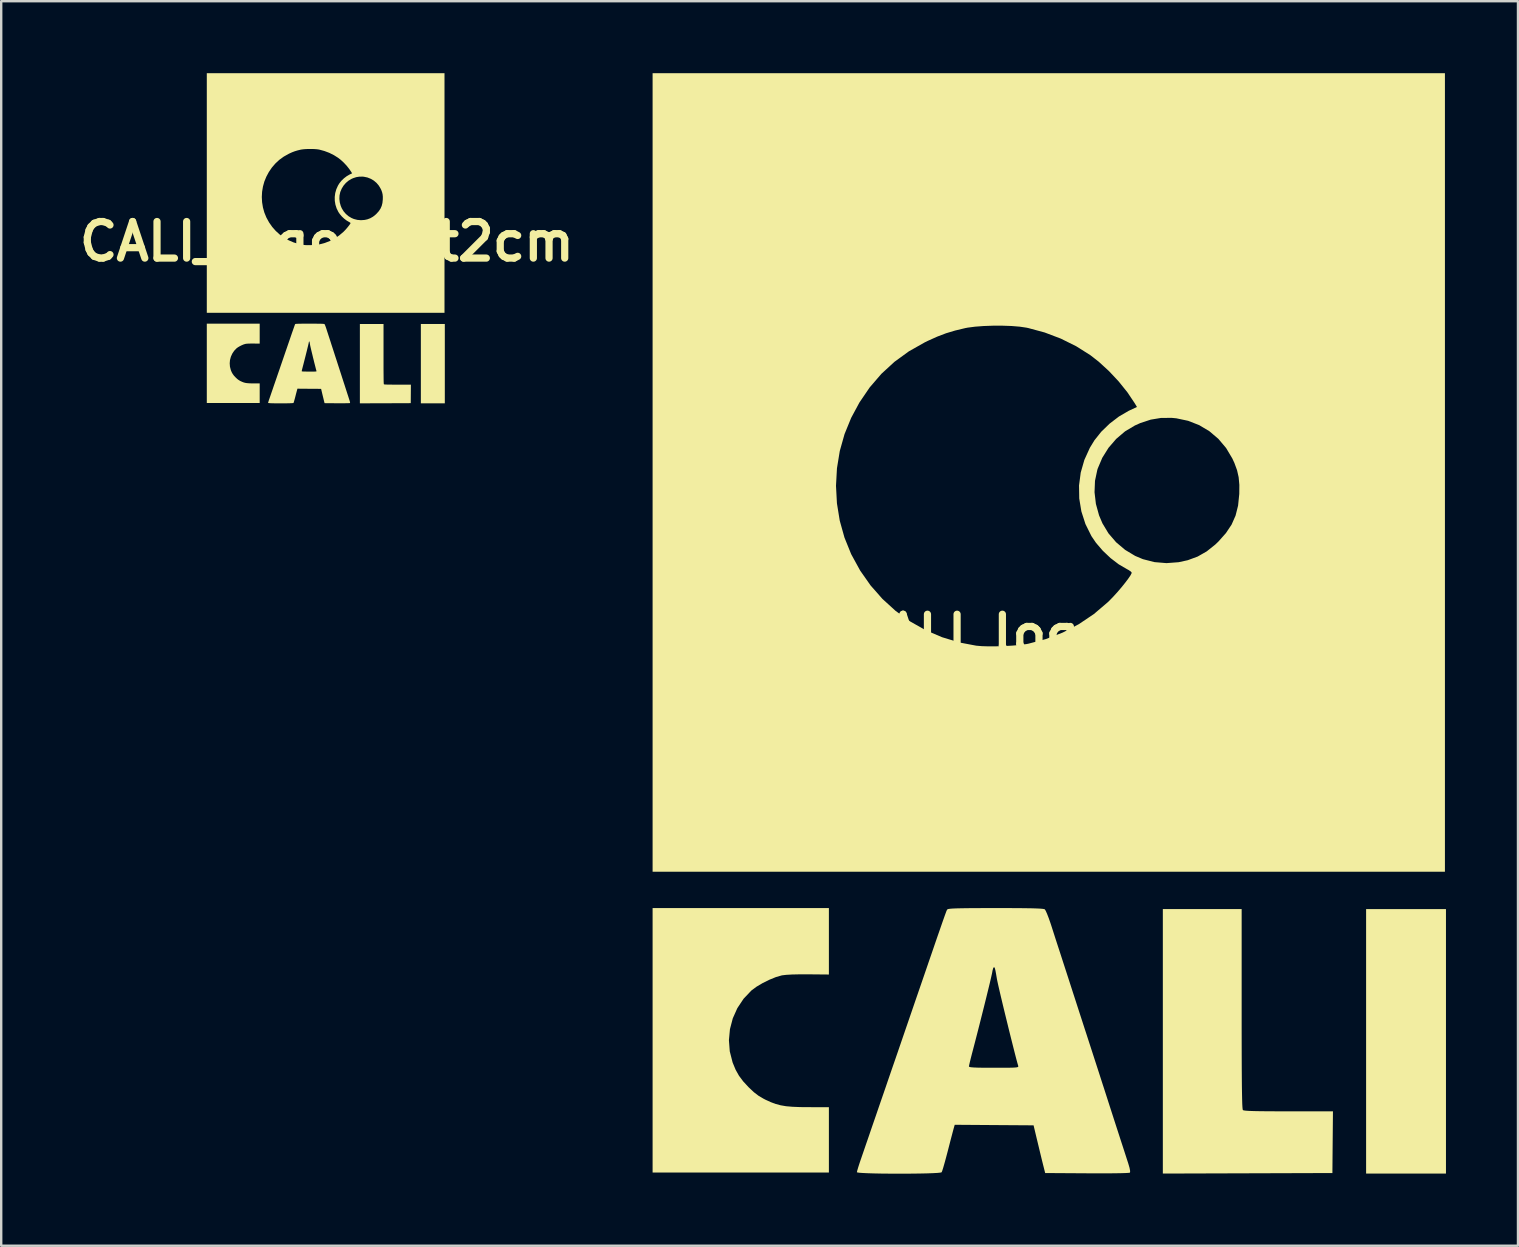
<source format=kicad_pcb>
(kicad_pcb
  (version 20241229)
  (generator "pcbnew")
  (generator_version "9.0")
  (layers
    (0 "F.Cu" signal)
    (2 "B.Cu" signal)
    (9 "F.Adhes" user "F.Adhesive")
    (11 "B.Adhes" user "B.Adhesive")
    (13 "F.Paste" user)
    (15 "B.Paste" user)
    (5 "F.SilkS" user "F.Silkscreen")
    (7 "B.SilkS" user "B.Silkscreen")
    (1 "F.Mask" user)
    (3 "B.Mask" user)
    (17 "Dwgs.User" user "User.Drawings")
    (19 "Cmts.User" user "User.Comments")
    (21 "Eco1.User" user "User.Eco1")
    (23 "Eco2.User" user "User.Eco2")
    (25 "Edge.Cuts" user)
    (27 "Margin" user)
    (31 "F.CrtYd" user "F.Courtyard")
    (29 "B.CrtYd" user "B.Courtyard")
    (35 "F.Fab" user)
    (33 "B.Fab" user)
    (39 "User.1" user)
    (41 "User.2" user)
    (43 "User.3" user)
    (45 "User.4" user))
  (footprint "CALI_logo_1pt2cm"
    (layer "F.Cu")
    (at 10.566 7.011)
    (property "Reference" "CALI_logo_1pt2cm" (at 0 0 0) (layer "F.SilkS") (effects (font (size 1.524 1.524) (thickness 0.3))))
    (attr board_only exclude_from_pos_files exclude_from_bom)
    (fp_poly (pts (xy 4.912 6.739) (xy 3.914 6.739) (xy 3.914 3.434) (xy 4.912 3.434)) (stroke (width 0) (type solid)) (fill yes) (layer "F.SilkS"))
    (fp_poly (pts (xy 2.359 4.682) (xy 2.359 4.902) (xy 2.359 5.096) (xy 2.359 5.268) (xy 2.36 5.416) (xy 2.361 5.544) (xy 2.362 5.652) (xy 2.363 5.741) (xy 2.364 5.812) (xy 2.366 5.867) (xy 2.368 5.906) (xy 2.371 5.932) (xy 2.373 5.944) (xy 2.374 5.946) (xy 2.385 5.95) (xy 2.411 5.953) (xy 2.452 5.956) (xy 2.512 5.958) (xy 2.59 5.959) (xy 2.69 5.96) (xy 2.813 5.961) (xy 2.945 5.961) (xy 3.499 5.961) (xy 3.496 6.347) (xy 3.493 6.732) (xy 2.433 6.736) (xy 1.374 6.739) (xy 1.374 3.434) (xy 2.359 3.434)) (stroke (width 0) (type solid)) (fill yes) (layer "F.SilkS"))
    (fp_poly (pts (xy -2.799 4.252) (xy -3.055 4.249) (xy -3.164 4.249) (xy -3.257 4.251) (xy -3.331 4.255) (xy -3.383 4.261) (xy -3.389 4.263) (xy -3.461 4.283) (xy -3.543 4.317) (xy -3.627 4.359) (xy -3.704 4.404) (xy -3.765 4.449) (xy -3.768 4.452) (xy -3.866 4.555) (xy -3.943 4.672) (xy -4 4.799) (xy -4.036 4.934) (xy -4.048 5.072) (xy -4.038 5.211) (xy -4.003 5.348) (xy -4.001 5.355) (xy -3.965 5.442) (xy -3.923 5.516) (xy -3.87 5.588) (xy -3.799 5.663) (xy -3.798 5.664) (xy -3.736 5.722) (xy -3.679 5.766) (xy -3.616 5.804) (xy -3.59 5.817) (xy -3.525 5.846) (xy -3.465 5.869) (xy -3.402 5.886) (xy -3.334 5.897) (xy -3.254 5.904) (xy -3.158 5.908) (xy -3.049 5.909) (xy -2.799 5.909) (xy -2.799 6.726) (xy -5.002 6.726) (xy -5.002 3.421) (xy -2.799 3.421)) (stroke (width 0) (type solid)) (fill yes) (layer "F.SilkS"))
    (fp_poly (pts (xy 4.899 2.968) (xy -5.002 2.968) (xy -5.002 -1.856) (xy -2.711 -1.856) (xy -2.699 -1.637) (xy -2.664 -1.42) (xy -2.605 -1.208) (xy -2.522 -1.005) (xy -2.519 -0.998) (xy -2.408 -0.796) (xy -2.278 -0.61) (xy -2.13 -0.442) (xy -1.965 -0.292) (xy -1.785 -0.161) (xy -1.591 -0.052) (xy -1.385 0.037) (xy -1.168 0.102) (xy -0.959 0.142) (xy -0.891 0.148) (xy -0.805 0.151) (xy -0.707 0.15) (xy -0.603 0.147) (xy -0.502 0.141) (xy -0.409 0.133) (xy -0.332 0.123) (xy -0.31 0.118) (xy -0.089 0.06) (xy 0.123 -0.022) (xy 0.324 -0.126) (xy 0.511 -0.253) (xy 0.684 -0.399) (xy 0.707 -0.421) (xy 0.756 -0.472) (xy 0.807 -0.528) (xy 0.857 -0.587) (xy 0.902 -0.643) (xy 0.941 -0.694) (xy 0.969 -0.735) (xy 0.984 -0.763) (xy 0.985 -0.77) (xy 0.974 -0.784) (xy 0.947 -0.803) (xy 0.923 -0.815) (xy 0.822 -0.875) (xy 0.72 -0.953) (xy 0.623 -1.044) (xy 0.539 -1.143) (xy 0.481 -1.227) (xy 0.406 -1.378) (xy 0.356 -1.535) (xy 0.329 -1.696) (xy 0.328 -1.775) (xy 0.52 -1.775) (xy 0.537 -1.629) (xy 0.577 -1.486) (xy 0.619 -1.387) (xy 0.694 -1.262) (xy 0.79 -1.15) (xy 0.902 -1.055) (xy 1.028 -0.98) (xy 1.125 -0.939) (xy 1.269 -0.902) (xy 1.419 -0.889) (xy 1.571 -0.9) (xy 1.685 -0.925) (xy 1.808 -0.971) (xy 1.922 -1.036) (xy 2.029 -1.122) (xy 2.068 -1.159) (xy 2.162 -1.264) (xy 2.233 -1.371) (xy 2.283 -1.484) (xy 2.314 -1.608) (xy 2.328 -1.748) (xy 2.329 -1.756) (xy 2.33 -1.867) (xy 2.321 -1.962) (xy 2.301 -2.05) (xy 2.269 -2.139) (xy 2.242 -2.197) (xy 2.164 -2.328) (xy 2.068 -2.442) (xy 1.955 -2.538) (xy 1.828 -2.613) (xy 1.69 -2.668) (xy 1.542 -2.699) (xy 1.487 -2.704) (xy 1.352 -2.703) (xy 1.222 -2.682) (xy 1.092 -2.639) (xy 1.024 -2.609) (xy 0.902 -2.536) (xy 0.791 -2.442) (xy 0.695 -2.331) (xy 0.617 -2.205) (xy 0.56 -2.07) (xy 0.555 -2.055) (xy 0.526 -1.918) (xy 0.52 -1.775) (xy 0.328 -1.775) (xy 0.327 -1.859) (xy 0.348 -2.021) (xy 0.393 -2.179) (xy 0.462 -2.331) (xy 0.519 -2.424) (xy 0.604 -2.531) (xy 0.709 -2.632) (xy 0.825 -2.721) (xy 0.948 -2.793) (xy 0.964 -2.8) (xy 1.05 -2.841) (xy 1.022 -2.888) (xy 0.931 -3.023) (xy 0.822 -3.16) (xy 0.7 -3.29) (xy 0.572 -3.407) (xy 0.466 -3.489) (xy 0.29 -3.6) (xy 0.099 -3.695) (xy -0.103 -3.771) (xy -0.308 -3.827) (xy -0.331 -3.832) (xy -0.414 -3.844) (xy -0.516 -3.852) (xy -0.63 -3.856) (xy -0.748 -3.856) (xy -0.865 -3.852) (xy -0.973 -3.844) (xy -1.065 -3.832) (xy -1.096 -3.826) (xy -1.223 -3.795) (xy -1.336 -3.761) (xy -1.445 -3.72) (xy -1.562 -3.667) (xy -1.6 -3.648) (xy -1.799 -3.536) (xy -1.98 -3.405) (xy -2.143 -3.254) (xy -2.289 -3.085) (xy -2.418 -2.896) (xy -2.521 -2.704) (xy -2.604 -2.502) (xy -2.663 -2.291) (xy -2.699 -2.075) (xy -2.711 -1.856) (xy -5.002 -1.856) (xy -5.002 -7.011) (xy 4.899 -7.011)) (stroke (width 0) (type solid)) (fill yes) (layer "F.SilkS"))
    (fp_poly (pts (xy -0.566 3.421) (xy -0.442 3.422) (xy -0.341 3.423) (xy -0.26 3.424) (xy -0.198 3.426) (xy -0.152 3.429) (xy -0.122 3.432) (xy -0.105 3.435) (xy -0.101 3.437) (xy -0.09 3.455) (xy -0.073 3.493) (xy -0.053 3.545) (xy -0.031 3.609) (xy -0.02 3.642) (xy 0.004 3.717) (xy 0.034 3.809) (xy 0.066 3.908) (xy 0.099 4.008) (xy 0.123 4.082) (xy 0.154 4.177) (xy 0.187 4.282) (xy 0.221 4.386) (xy 0.252 4.481) (xy 0.272 4.542) (xy 0.299 4.625) (xy 0.33 4.723) (xy 0.364 4.828) (xy 0.398 4.931) (xy 0.421 5.002) (xy 0.447 5.083) (xy 0.479 5.182) (xy 0.515 5.293) (xy 0.553 5.411) (xy 0.591 5.528) (xy 0.627 5.64) (xy 0.628 5.644) (xy 0.664 5.754) (xy 0.701 5.87) (xy 0.739 5.985) (xy 0.774 6.094) (xy 0.805 6.19) (xy 0.83 6.268) (xy 0.831 6.272) (xy 0.858 6.355) (xy 0.885 6.437) (xy 0.909 6.512) (xy 0.929 6.575) (xy 0.942 6.614) (xy 0.958 6.668) (xy 0.965 6.707) (xy 0.963 6.727) (xy 0.963 6.727) (xy 0.947 6.73) (xy 0.908 6.732) (xy 0.847 6.734) (xy 0.767 6.735) (xy 0.67 6.736) (xy 0.557 6.736) (xy 0.432 6.736) (xy 0.427 6.736) (xy -0.097 6.732) (xy -0.126 6.616) (xy -0.14 6.557) (xy -0.158 6.483) (xy -0.178 6.402) (xy -0.197 6.323) (xy -0.198 6.318) (xy -0.241 6.136) (xy -0.734 6.133) (xy -1.227 6.129) (xy -1.241 6.178) (xy -1.248 6.206) (xy -1.261 6.254) (xy -1.278 6.317) (xy -1.297 6.391) (xy -1.316 6.467) (xy -1.336 6.543) (xy -1.355 6.61) (xy -1.371 6.666) (xy -1.383 6.704) (xy -1.39 6.722) (xy -1.39 6.723) (xy -1.406 6.727) (xy -1.444 6.731) (xy -1.501 6.734) (xy -1.573 6.736) (xy -1.657 6.738) (xy -1.751 6.74) (xy -1.85 6.74) (xy -1.951 6.74) (xy -2.051 6.74) (xy -2.147 6.739) (xy -2.235 6.737) (xy -2.313 6.735) (xy -2.376 6.732) (xy -2.421 6.728) (xy -2.446 6.724) (xy -2.449 6.722) (xy -2.445 6.703) (xy -2.434 6.666) (xy -2.419 6.616) (xy -2.405 6.576) (xy -2.375 6.49) (xy -2.339 6.385) (xy -2.299 6.267) (xy -2.256 6.144) (xy -2.214 6.019) (xy -2.173 5.901) (xy -2.14 5.806) (xy -2.119 5.745) (xy -2.091 5.664) (xy -2.059 5.569) (xy -2.023 5.465) (xy -2.001 5.401) (xy -1.049 5.401) (xy -1.044 5.406) (xy -1.025 5.41) (xy -0.99 5.413) (xy -0.938 5.415) (xy -0.865 5.416) (xy -0.769 5.417) (xy -0.738 5.417) (xy -0.64 5.417) (xy -0.565 5.417) (xy -0.511 5.416) (xy -0.473 5.414) (xy -0.449 5.411) (xy -0.437 5.407) (xy -0.433 5.401) (xy -0.433 5.394) (xy -0.434 5.391) (xy -0.444 5.357) (xy -0.459 5.302) (xy -0.477 5.23) (xy -0.499 5.143) (xy -0.524 5.047) (xy -0.549 4.943) (xy -0.576 4.836) (xy -0.601 4.73) (xy -0.626 4.628) (xy -0.649 4.534) (xy -0.668 4.451) (xy -0.684 4.383) (xy -0.695 4.333) (xy -0.699 4.309) (xy -0.71 4.245) (xy -0.718 4.202) (xy -0.724 4.177) (xy -0.729 4.164) (xy -0.735 4.16) (xy -0.737 4.16) (xy -0.746 4.171) (xy -0.754 4.201) (xy -0.758 4.221) (xy -0.763 4.248) (xy -0.774 4.297) (xy -0.79 4.365) (xy -0.811 4.449) (xy -0.834 4.546) (xy -0.861 4.652) (xy -0.889 4.765) (xy -0.919 4.882) (xy -0.949 4.999) (xy -0.978 5.114) (xy -1.007 5.223) (xy -1.01 5.236) (xy -1.025 5.295) (xy -1.038 5.346) (xy -1.046 5.384) (xy -1.049 5.401) (xy -2.001 5.401) (xy -1.985 5.356) (xy -1.948 5.248) (xy -1.94 5.223) (xy -1.856 4.979) (xy -1.781 4.76) (xy -1.713 4.562) (xy -1.652 4.385) (xy -1.598 4.228) (xy -1.55 4.09) (xy -1.509 3.969) (xy -1.473 3.864) (xy -1.442 3.774) (xy -1.415 3.699) (xy -1.393 3.635) (xy -1.375 3.584) (xy -1.361 3.542) (xy -1.349 3.51) (xy -1.341 3.486) (xy -1.334 3.468) (xy -1.329 3.456) (xy -1.326 3.448) (xy -1.324 3.444) (xy -1.322 3.441) (xy -1.32 3.44) (xy -1.318 3.438) (xy -1.318 3.437) (xy -1.309 3.433) (xy -1.289 3.43) (xy -1.254 3.427) (xy -1.204 3.425) (xy -1.136 3.424) (xy -1.049 3.422) (xy -0.941 3.422) (xy -0.809 3.421) (xy -0.714 3.421)) (stroke (width 0) (type solid)) (fill yes) (layer "F.SilkS")))
  (footprint "CALI_logo_4cm"
    (layer "F.Cu")
    (at 40.807 23.37)
    (property "Reference" "CALI_logo_4cm" (at 0 0 0) (layer "F.SilkS") (effects (font (size 1.524 1.524) (thickness 0.3))))
    (attr board_only exclude_from_pos_files exclude_from_bom)
    (fp_poly (pts (xy 16.372 22.463) (xy 13.046 22.463) (xy 13.046 11.447) (xy 16.372 11.447)) (stroke (width 0) (type solid)) (fill yes) (layer "F.SilkS"))
    (fp_poly (pts (xy 7.862 15.607) (xy 7.862 16.339) (xy 7.863 16.988) (xy 7.864 17.559) (xy 7.866 18.055) (xy 7.869 18.48) (xy 7.872 18.839) (xy 7.877 19.135) (xy 7.882 19.373) (xy 7.887 19.555) (xy 7.894 19.687) (xy 7.902 19.772) (xy 7.911 19.814) (xy 7.914 19.819) (xy 7.951 19.832) (xy 8.036 19.844) (xy 8.174 19.853) (xy 8.372 19.86) (xy 8.635 19.865) (xy 8.968 19.868) (xy 9.376 19.87) (xy 9.815 19.871) (xy 11.665 19.871) (xy 11.653 21.156) (xy 11.642 22.441) (xy 8.11 22.452) (xy 4.579 22.463) (xy 4.579 11.447) (xy 7.862 11.447)) (stroke (width 0) (type solid)) (fill yes) (layer "F.SilkS"))
    (fp_poly (pts (xy -9.331 14.172) (xy -10.184 14.164) (xy -10.547 14.164) (xy -10.857 14.171) (xy -11.103 14.185) (xy -11.275 14.205) (xy -11.296 14.209) (xy -11.536 14.278) (xy -11.811 14.39) (xy -12.091 14.529) (xy -12.348 14.681) (xy -12.551 14.832) (xy -12.56 14.839) (xy -12.885 15.182) (xy -13.144 15.572) (xy -13.334 15.997) (xy -13.452 16.446) (xy -13.495 16.907) (xy -13.46 17.371) (xy -13.344 17.825) (xy -13.336 17.849) (xy -13.216 18.139) (xy -13.076 18.388) (xy -12.899 18.625) (xy -12.665 18.877) (xy -12.66 18.881) (xy -12.454 19.075) (xy -12.263 19.221) (xy -12.053 19.345) (xy -11.966 19.39) (xy -11.751 19.488) (xy -11.549 19.564) (xy -11.341 19.619) (xy -11.113 19.658) (xy -10.847 19.681) (xy -10.526 19.694) (xy -10.162 19.697) (xy -9.331 19.698) (xy -9.331 22.419) (xy -16.674 22.419) (xy -16.674 11.404) (xy -9.331 11.404)) (stroke (width 0) (type solid)) (fill yes) (layer "F.SilkS"))
    (fp_poly (pts (xy 16.329 9.892) (xy -16.674 9.892) (xy -16.674 -6.186) (xy -9.035 -6.186) (xy -8.996 -5.455) (xy -8.879 -4.733) (xy -8.682 -4.028) (xy -8.407 -3.348) (xy -8.397 -3.327) (xy -8.028 -2.653) (xy -7.594 -2.034) (xy -7.1 -1.473) (xy -6.551 -0.973) (xy -5.951 -0.538) (xy -5.305 -0.172) (xy -4.617 0.122) (xy -3.893 0.342) (xy -3.197 0.474) (xy -2.971 0.494) (xy -2.683 0.503) (xy -2.356 0.501) (xy -2.011 0.49) (xy -1.673 0.471) (xy -1.365 0.443) (xy -1.108 0.409) (xy -1.032 0.395) (xy -0.295 0.2) (xy 0.411 -0.073) (xy 1.079 -0.421) (xy 1.705 -0.842) (xy 2.28 -1.331) (xy 2.356 -1.404) (xy 2.519 -1.572) (xy 2.689 -1.76) (xy 2.856 -1.955) (xy 3.008 -2.144) (xy 3.136 -2.313) (xy 3.23 -2.451) (xy 3.278 -2.544) (xy 3.283 -2.565) (xy 3.247 -2.612) (xy 3.155 -2.676) (xy 3.078 -2.717) (xy 2.74 -2.915) (xy 2.399 -3.176) (xy 2.077 -3.481) (xy 1.795 -3.809) (xy 1.604 -4.09) (xy 1.355 -4.592) (xy 1.186 -5.117) (xy 1.097 -5.655) (xy 1.093 -5.916) (xy 1.734 -5.916) (xy 1.791 -5.43) (xy 1.923 -4.952) (xy 2.063 -4.622) (xy 2.313 -4.206) (xy 2.632 -3.834) (xy 3.007 -3.517) (xy 3.426 -3.265) (xy 3.749 -3.129) (xy 4.231 -3.006) (xy 4.731 -2.964) (xy 5.236 -3.002) (xy 5.616 -3.085) (xy 6.028 -3.237) (xy 6.405 -3.452) (xy 6.765 -3.739) (xy 6.893 -3.862) (xy 7.206 -4.214) (xy 7.443 -4.569) (xy 7.609 -4.945) (xy 7.713 -5.359) (xy 7.761 -5.828) (xy 7.763 -5.853) (xy 7.766 -6.224) (xy 7.737 -6.541) (xy 7.671 -6.833) (xy 7.562 -7.13) (xy 7.474 -7.322) (xy 7.214 -7.759) (xy 6.893 -8.139) (xy 6.517 -8.459) (xy 6.095 -8.711) (xy 5.633 -8.892) (xy 5.141 -8.996) (xy 4.955 -9.014) (xy 4.506 -9.012) (xy 4.075 -8.941) (xy 3.641 -8.798) (xy 3.415 -8.697) (xy 3.006 -8.453) (xy 2.637 -8.139) (xy 2.317 -7.768) (xy 2.057 -7.352) (xy 1.866 -6.901) (xy 1.85 -6.85) (xy 1.753 -6.393) (xy 1.734 -5.916) (xy 1.093 -5.916) (xy 1.088 -6.198) (xy 1.159 -6.737) (xy 1.31 -7.263) (xy 1.54 -7.769) (xy 1.729 -8.079) (xy 2.014 -8.437) (xy 2.362 -8.774) (xy 2.751 -9.071) (xy 3.159 -9.309) (xy 3.213 -9.334) (xy 3.501 -9.469) (xy 3.406 -9.627) (xy 3.104 -10.078) (xy 2.739 -10.532) (xy 2.333 -10.965) (xy 1.907 -11.355) (xy 1.554 -11.63) (xy 0.968 -11.999) (xy 0.329 -12.316) (xy -0.343 -12.571) (xy -1.027 -12.756) (xy -1.103 -12.772) (xy -1.381 -12.813) (xy -1.72 -12.841) (xy -2.099 -12.854) (xy -2.495 -12.854) (xy -2.883 -12.84) (xy -3.242 -12.813) (xy -3.549 -12.773) (xy -3.653 -12.753) (xy -4.076 -12.651) (xy -4.452 -12.538) (xy -4.817 -12.399) (xy -5.206 -12.224) (xy -5.335 -12.161) (xy -5.997 -11.787) (xy -6.6 -11.349) (xy -7.145 -10.848) (xy -7.631 -10.283) (xy -8.059 -9.654) (xy -8.403 -9.015) (xy -8.679 -8.339) (xy -8.877 -7.636) (xy -8.995 -6.915) (xy -9.035 -6.186) (xy -16.674 -6.186) (xy -16.674 -23.37) (xy 16.329 -23.37)) (stroke (width 0) (type solid)) (fill yes) (layer "F.SilkS"))
    (fp_poly (pts (xy -1.886 11.405) (xy -1.474 11.406) (xy -1.136 11.41) (xy -0.866 11.414) (xy -0.659 11.421) (xy -0.508 11.429) (xy -0.407 11.439) (xy -0.35 11.451) (xy -0.337 11.458) (xy -0.3 11.517) (xy -0.244 11.642) (xy -0.176 11.818) (xy -0.102 12.029) (xy -0.066 12.138) (xy 0.015 12.39) (xy 0.113 12.696) (xy 0.221 13.028) (xy 0.329 13.359) (xy 0.409 13.607) (xy 0.512 13.924) (xy 0.625 14.272) (xy 0.737 14.619) (xy 0.84 14.938) (xy 0.906 15.141) (xy 0.995 15.416) (xy 1.101 15.744) (xy 1.215 16.095) (xy 1.326 16.438) (xy 1.403 16.674) (xy 1.49 16.942) (xy 1.597 17.272) (xy 1.717 17.643) (xy 1.844 18.035) (xy 1.971 18.428) (xy 2.091 18.801) (xy 2.095 18.812) (xy 2.214 19.181) (xy 2.338 19.567) (xy 2.462 19.951) (xy 2.579 20.314) (xy 2.683 20.635) (xy 2.767 20.894) (xy 2.771 20.907) (xy 2.861 21.184) (xy 2.95 21.457) (xy 3.031 21.708) (xy 3.098 21.916) (xy 3.14 22.045) (xy 3.193 22.228) (xy 3.217 22.358) (xy 3.211 22.423) (xy 3.21 22.424) (xy 3.158 22.433) (xy 3.027 22.441) (xy 2.824 22.447) (xy 2.556 22.451) (xy 2.232 22.454) (xy 1.857 22.454) (xy 1.44 22.452) (xy 1.424 22.452) (xy -0.322 22.441) (xy -0.42 22.052) (xy -0.468 21.858) (xy -0.528 21.611) (xy -0.593 21.34) (xy -0.656 21.078) (xy -0.661 21.059) (xy -0.805 20.454) (xy -2.447 20.443) (xy -4.09 20.431) (xy -4.136 20.594) (xy -4.161 20.687) (xy -4.203 20.847) (xy -4.259 21.058) (xy -4.322 21.303) (xy -4.387 21.555) (xy -4.454 21.808) (xy -4.516 22.034) (xy -4.569 22.219) (xy -4.61 22.348) (xy -4.634 22.408) (xy -4.634 22.409) (xy -4.687 22.423) (xy -4.813 22.436) (xy -5.002 22.446) (xy -5.243 22.455) (xy -5.525 22.461) (xy -5.836 22.465) (xy -6.166 22.468) (xy -6.504 22.468) (xy -6.838 22.466) (xy -7.157 22.463) (xy -7.451 22.457) (xy -7.709 22.449) (xy -7.919 22.439) (xy -8.071 22.428) (xy -8.153 22.414) (xy -8.164 22.406) (xy -8.151 22.344) (xy -8.115 22.22) (xy -8.062 22.054) (xy -8.017 21.92) (xy -7.918 21.632) (xy -7.798 21.282) (xy -7.663 20.891) (xy -7.522 20.478) (xy -7.379 20.065) (xy -7.244 19.671) (xy -7.134 19.352) (xy -7.064 19.149) (xy -6.971 18.88) (xy -6.863 18.563) (xy -6.743 18.215) (xy -6.67 18.002) (xy -3.498 18.002) (xy -3.479 18.02) (xy -3.416 18.034) (xy -3.301 18.044) (xy -3.125 18.051) (xy -2.882 18.055) (xy -2.562 18.056) (xy -2.459 18.056) (xy -2.134 18.056) (xy -1.885 18.055) (xy -1.703 18.052) (xy -1.577 18.046) (xy -1.498 18.037) (xy -1.456 18.024) (xy -1.442 18.005) (xy -1.444 17.98) (xy -1.447 17.969) (xy -1.48 17.857) (xy -1.529 17.674) (xy -1.591 17.433) (xy -1.664 17.144) (xy -1.745 16.822) (xy -1.831 16.477) (xy -1.918 16.121) (xy -2.005 15.767) (xy -2.087 15.427) (xy -2.162 15.112) (xy -2.227 14.835) (xy -2.279 14.608) (xy -2.315 14.443) (xy -2.331 14.363) (xy -2.367 14.15) (xy -2.393 14.008) (xy -2.414 13.923) (xy -2.432 13.881) (xy -2.451 13.867) (xy -2.458 13.866) (xy -2.486 13.905) (xy -2.514 14.003) (xy -2.526 14.072) (xy -2.544 14.161) (xy -2.581 14.325) (xy -2.634 14.551) (xy -2.702 14.83) (xy -2.781 15.153) (xy -2.869 15.507) (xy -2.964 15.884) (xy -3.062 16.273) (xy -3.162 16.664) (xy -3.261 17.047) (xy -3.356 17.411) (xy -3.367 17.452) (xy -3.418 17.651) (xy -3.46 17.821) (xy -3.488 17.945) (xy -3.498 18.002) (xy -6.67 18.002) (xy -6.618 17.853) (xy -6.494 17.493) (xy -6.465 17.409) (xy -6.187 16.598) (xy -5.935 15.865) (xy -5.709 15.206) (xy -5.506 14.617) (xy -5.326 14.094) (xy -5.168 13.633) (xy -5.029 13.23) (xy -4.909 12.88) (xy -4.806 12.581) (xy -4.718 12.329) (xy -4.645 12.118) (xy -4.585 11.946) (xy -4.536 11.808) (xy -4.498 11.7) (xy -4.468 11.619) (xy -4.447 11.56) (xy -4.431 11.52) (xy -4.419 11.495) (xy -4.412 11.48) (xy -4.406 11.472) (xy -4.401 11.466) (xy -4.395 11.46) (xy -4.394 11.458) (xy -4.364 11.445) (xy -4.295 11.434) (xy -4.18 11.424) (xy -4.012 11.417) (xy -3.786 11.412) (xy -3.496 11.408) (xy -3.135 11.406) (xy -2.698 11.404) (xy -2.379 11.404)) (stroke (width 0) (type solid)) (fill yes) (layer "F.SilkS")))
  (gr_rect
    (start -3 -3)
    (end 60.179 48.838)
    (stroke (width 0.1) (type default))
    (fill no)
    (layer "Edge.Cuts")))
</source>
